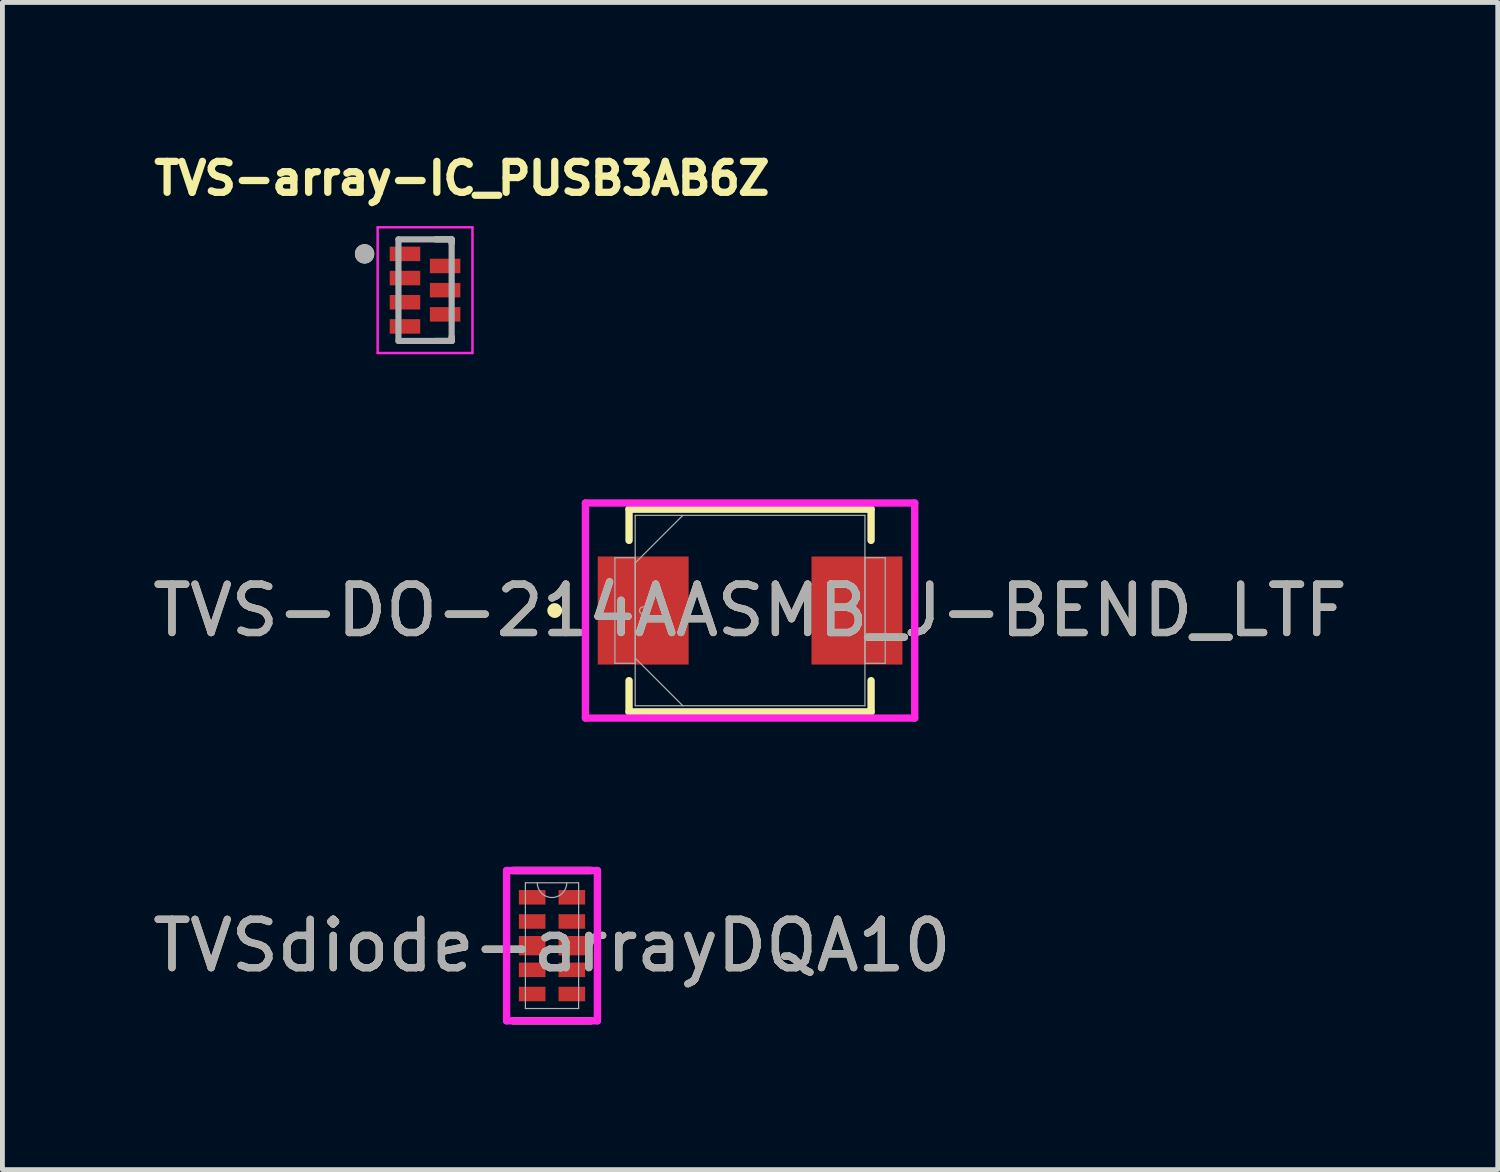
<source format=kicad_pcb>
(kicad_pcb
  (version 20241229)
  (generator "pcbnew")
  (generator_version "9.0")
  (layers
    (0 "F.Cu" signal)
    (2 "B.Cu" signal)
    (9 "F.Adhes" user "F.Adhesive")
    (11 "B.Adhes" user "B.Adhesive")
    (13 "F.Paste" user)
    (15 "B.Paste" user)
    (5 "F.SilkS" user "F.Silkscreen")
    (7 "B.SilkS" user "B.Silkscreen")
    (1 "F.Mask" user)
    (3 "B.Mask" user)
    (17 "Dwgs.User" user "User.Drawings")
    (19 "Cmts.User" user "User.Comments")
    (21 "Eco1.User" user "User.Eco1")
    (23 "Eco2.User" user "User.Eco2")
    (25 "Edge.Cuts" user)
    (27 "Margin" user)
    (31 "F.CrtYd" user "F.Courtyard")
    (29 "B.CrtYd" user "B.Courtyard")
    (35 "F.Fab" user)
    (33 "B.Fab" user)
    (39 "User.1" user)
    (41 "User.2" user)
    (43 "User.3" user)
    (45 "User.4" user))
  (footprint "TVS-array-IC_PUSB3AB6Z"
    (layer "F.Cu")
    (at 5.738 2.949)
    (property "Reference" "TVS-array-IC_PUSB3AB6Z" (at 0.762 -2.311 0) (layer "F.SilkS") (effects (font (size 0.64 0.64) (thickness 0.15))))
    (attr smd)
    (fp_poly (pts (xy -0.68 -0.85) (xy -0.15 -0.85) (xy -0.15 -0.65) (xy -0.68 -0.65)) (stroke (width 0.01) (type solid)) (fill yes) (layer "F.Mask"))
    (fp_poly (pts (xy -0.68 -0.35) (xy -0.15 -0.35) (xy -0.15 -0.15) (xy -0.68 -0.15)) (stroke (width 0.01) (type solid)) (fill yes) (layer "F.Mask"))
    (fp_poly (pts (xy -0.68 0.15) (xy -0.15 0.15) (xy -0.15 0.35) (xy -0.68 0.35)) (stroke (width 0.01) (type solid)) (fill yes) (layer "F.Mask"))
    (fp_poly (pts (xy -0.68 0.65) (xy -0.15 0.65) (xy -0.15 0.85) (xy -0.68 0.85)) (stroke (width 0.01) (type solid)) (fill yes) (layer "F.Mask"))
    (fp_poly (pts (xy 0.15 -0.6) (xy 0.68 -0.6) (xy 0.68 -0.4) (xy 0.15 -0.4)) (stroke (width 0.01) (type solid)) (fill yes) (layer "F.Mask"))
    (fp_poly (pts (xy 0.15 -0.1) (xy 0.68 -0.1) (xy 0.68 0.1) (xy 0.15 0.1)) (stroke (width 0.01) (type solid)) (fill yes) (layer "F.Mask"))
    (fp_poly (pts (xy 0.15 0.4) (xy 0.68 0.4) (xy 0.68 0.6) (xy 0.15 0.6)) (stroke (width 0.01) (type solid)) (fill yes) (layer "F.Mask"))
    (fp_line (start 0.213 -1.05) (end 0.55 -1.05) (stroke (width 0.127) (type solid)) (layer "F.SilkS"))
    (fp_line (start 0.55 -1.05) (end 0.55 -0.964) (stroke (width 0.127) (type solid)) (layer "F.SilkS"))
    (fp_line (start 0.55 0.964) (end 0.55 1.05) (stroke (width 0.127) (type solid)) (layer "F.SilkS"))
    (fp_line (start 0.55 1.05) (end 0.213 1.05) (stroke (width 0.127) (type solid)) (layer "F.SilkS"))
    (fp_circle (center -1.25 -0.75) (end -1.15 -0.75) (stroke (width 0.2) (type solid)) (fill no) (layer "F.SilkS"))
    (fp_poly (pts (xy -0.68 -0.85) (xy -0.15 -0.85) (xy -0.15 -0.65) (xy -0.68 -0.65)) (stroke (width 0.01) (type solid)) (fill yes) (layer "F.Paste"))
    (fp_poly (pts (xy -0.68 -0.35) (xy -0.15 -0.35) (xy -0.15 -0.15) (xy -0.68 -0.15)) (stroke (width 0.01) (type solid)) (fill yes) (layer "F.Paste"))
    (fp_poly (pts (xy -0.68 0.15) (xy -0.15 0.15) (xy -0.15 0.35) (xy -0.68 0.35)) (stroke (width 0.01) (type solid)) (fill yes) (layer "F.Paste"))
    (fp_poly (pts (xy -0.68 0.65) (xy -0.15 0.65) (xy -0.15 0.85) (xy -0.68 0.85)) (stroke (width 0.01) (type solid)) (fill yes) (layer "F.Paste"))
    (fp_poly (pts (xy 0.15 -0.6) (xy 0.68 -0.6) (xy 0.68 -0.4) (xy 0.15 -0.4)) (stroke (width 0.01) (type solid)) (fill yes) (layer "F.Paste"))
    (fp_poly (pts (xy 0.15 -0.1) (xy 0.68 -0.1) (xy 0.68 0.1) (xy 0.15 0.1)) (stroke (width 0.01) (type solid)) (fill yes) (layer "F.Paste"))
    (fp_poly (pts (xy 0.15 0.4) (xy 0.68 0.4) (xy 0.68 0.6) (xy 0.15 0.6)) (stroke (width 0.01) (type solid)) (fill yes) (layer "F.Paste"))
    (fp_line (start -0.98 -1.3) (end 0.98 -1.3) (stroke (width 0.05) (type solid)) (layer "F.CrtYd"))
    (fp_line (start -0.98 1.3) (end -0.98 -1.3) (stroke (width 0.05) (type solid)) (layer "F.CrtYd"))
    (fp_line (start 0.98 -1.3) (end 0.98 1.3) (stroke (width 0.05) (type solid)) (layer "F.CrtYd"))
    (fp_line (start 0.98 1.3) (end -0.98 1.3) (stroke (width 0.05) (type solid)) (layer "F.CrtYd"))
    (fp_line (start -0.55 -1.05) (end 0.55 -1.05) (stroke (width 0.127) (type solid)) (layer "F.Fab"))
    (fp_line (start -0.55 1.05) (end -0.55 -1.05) (stroke (width 0.127) (type solid)) (layer "F.Fab"))
    (fp_line (start 0.55 -1.05) (end 0.55 1.05) (stroke (width 0.127) (type solid)) (layer "F.Fab"))
    (fp_line (start 0.55 1.05) (end -0.55 1.05) (stroke (width 0.127) (type solid)) (layer "F.Fab"))
    (fp_circle (center -1.25 -0.75) (end -1.15 -0.75) (stroke (width 0.2) (type solid)) (fill no) (layer "F.Fab"))
    (pad "1" smd rect (at -0.415 -0.75) (size 0.63 0.3) (layers "F.Cu"))
    (pad "2" smd rect (at -0.415 -0.25) (size 0.63 0.3) (layers "F.Cu"))
    (pad "3" smd rect (at -0.415 0.25) (size 0.63 0.3) (layers "F.Cu"))
    (pad "4" smd rect (at -0.415 0.75) (size 0.63 0.3) (layers "F.Cu"))
    (pad "5" smd rect (at 0.415 0.5) (size 0.63 0.3) (layers "F.Cu"))
    (pad "6" smd rect (at 0.415 0) (size 0.63 0.3) (layers "F.Cu"))
    (pad "7" smd rect (at 0.415 -0.5) (size 0.63 0.3) (layers "F.Cu")))
  (footprint "TVS-DO-214AASMB_J-BEND_LTF"
    (layer "F.Cu")
    (at 12.458 9.573)
    (property "Reference" "TVS-DO-214AASMB_J-BEND_LTF" (at 0 0 0) (unlocked yes) (layer "F.SilkS") (effects (font (size 1 1) (thickness 0.15))))
    (attr smd)
    (fp_line (start -2.502 -2.095) (end -2.502 -1.45) (stroke (width 0.152) (type solid)) (layer "F.SilkS"))
    (fp_line (start -2.502 1.45) (end -2.502 2.095) (stroke (width 0.152) (type solid)) (layer "F.SilkS"))
    (fp_line (start -2.502 2.095) (end 2.502 2.095) (stroke (width 0.152) (type solid)) (layer "F.SilkS"))
    (fp_line (start 2.502 -2.095) (end -2.502 -2.095) (stroke (width 0.152) (type solid)) (layer "F.SilkS"))
    (fp_line (start 2.502 -1.45) (end 2.502 -2.095) (stroke (width 0.152) (type solid)) (layer "F.SilkS"))
    (fp_line (start 2.502 2.095) (end 2.502 1.45) (stroke (width 0.152) (type solid)) (layer "F.SilkS"))
    (fp_circle (center -4.039 0) (end -3.962 0) (stroke (width 0.152) (type solid)) (fill no) (layer "F.SilkS"))
    (fp_line (start -3.404 -2.223) (end 3.404 -2.223) (stroke (width 0.152) (type solid)) (layer "F.CrtYd"))
    (fp_line (start -3.404 2.223) (end -3.404 -2.223) (stroke (width 0.152) (type solid)) (layer "F.CrtYd"))
    (fp_line (start 3.404 -2.223) (end 3.404 2.223) (stroke (width 0.152) (type solid)) (layer "F.CrtYd"))
    (fp_line (start 3.404 2.223) (end -3.404 2.223) (stroke (width 0.152) (type solid)) (layer "F.CrtYd"))
    (fp_line (start -2.794 -1.092) (end -2.794 1.092) (stroke (width 0.025) (type solid)) (layer "F.Fab"))
    (fp_line (start -2.794 1.092) (end -2.375 1.092) (stroke (width 0.025) (type solid)) (layer "F.Fab"))
    (fp_line (start -2.375 -1.968) (end -2.375 1.968) (stroke (width 0.025) (type solid)) (layer "F.Fab"))
    (fp_line (start -2.375 -1.092) (end -2.794 -1.092) (stroke (width 0.025) (type solid)) (layer "F.Fab"))
    (fp_line (start -2.375 -0.984) (end -1.391 -1.968) (stroke (width 0.025) (type solid)) (layer "F.Fab"))
    (fp_line (start -2.375 0.984) (end -1.391 1.968) (stroke (width 0.025) (type solid)) (layer "F.Fab"))
    (fp_line (start -2.375 1.092) (end -2.375 -1.092) (stroke (width 0.025) (type solid)) (layer "F.Fab"))
    (fp_line (start -2.375 1.968) (end 2.375 1.968) (stroke (width 0.025) (type solid)) (layer "F.Fab"))
    (fp_line (start 2.375 -1.968) (end -2.375 -1.968) (stroke (width 0.025) (type solid)) (layer "F.Fab"))
    (fp_line (start 2.375 -1.092) (end 2.375 1.092) (stroke (width 0.025) (type solid)) (layer "F.Fab"))
    (fp_line (start 2.375 1.092) (end 2.794 1.092) (stroke (width 0.025) (type solid)) (layer "F.Fab"))
    (fp_line (start 2.375 1.968) (end 2.375 -1.968) (stroke (width 0.025) (type solid)) (layer "F.Fab"))
    (fp_line (start 2.794 -1.092) (end 2.375 -1.092) (stroke (width 0.025) (type solid)) (layer "F.Fab"))
    (fp_line (start 2.794 1.092) (end 2.794 -1.092) (stroke (width 0.025) (type solid)) (layer "F.Fab"))
    (fp_circle (center -2.21 0) (end -2.134 0) (stroke (width 0.025) (type solid)) (fill no) (layer "F.Fab"))
    (fp_text user "${REFERENCE}" (at 0 0 0) (unlocked yes) (layer "F.Fab") (effects (font (size 1 1) (thickness 0.15))))
    (pad "1" smd rect (at -2.21 0) (size 1.88 2.235) (layers "F.Cu" "F.Mask" "F.Paste"))
    (pad "2" smd rect (at 2.21 0) (size 1.88 2.235) (layers "F.Cu" "F.Mask" "F.Paste"))
    (zone (net_name "") (layer "F.Cu") (hatch full 0.508) (connect_pads) (min_thickness 0.254) (filled_areas_thickness no) (keepout (tracks not_allowed) (vias not_allowed) (pads allowed) (copperpour not_allowed) (footprints allowed)) (placement (enabled no)) (fill) (polygon (pts (xy 11.239 7.655) (xy 13.678 7.655) (xy 13.678 11.49) (xy 11.239 11.49)))))
  (footprint "TVSdiode-arrayDQA10"
    (layer "F.Cu")
    (at 8.363 16.502)
    (property "Reference" "TVSdiode-arrayDQA10" (at 0 0 0) (unlocked yes) (layer "F.SilkS") (effects (font (size 1 1) (thickness 0.15))))
    (attr smd)
    (fp_poly (pts (xy -0.735 -1.2) (xy -0.735 -0.8) (xy -0.085 -0.8) (xy -0.085 -1.2)) (stroke (width 0) (type solid)) (fill yes) (layer "F.Mask"))
    (fp_poly (pts (xy -0.735 -0.7) (xy -0.735 -0.3) (xy -0.085 -0.3) (xy -0.085 -0.7)) (stroke (width 0) (type solid)) (fill yes) (layer "F.Mask"))
    (fp_poly (pts (xy -0.735 -0.2) (xy -0.735 0.2) (xy -0.085 0.2) (xy -0.085 -0.2)) (stroke (width 0) (type solid)) (fill yes) (layer "F.Mask"))
    (fp_poly (pts (xy -0.735 0.3) (xy -0.735 0.7) (xy -0.085 0.7) (xy -0.085 0.3)) (stroke (width 0) (type solid)) (fill yes) (layer "F.Mask"))
    (fp_poly (pts (xy -0.735 0.8) (xy -0.735 1.2) (xy -0.085 1.2) (xy -0.085 0.8)) (stroke (width 0) (type solid)) (fill yes) (layer "F.Mask"))
    (fp_poly (pts (xy 0.085 -1.2) (xy 0.085 -0.8) (xy 0.735 -0.8) (xy 0.735 -1.2)) (stroke (width 0) (type solid)) (fill yes) (layer "F.Mask"))
    (fp_poly (pts (xy 0.085 -0.7) (xy 0.085 -0.3) (xy 0.735 -0.3) (xy 0.735 -0.7)) (stroke (width 0) (type solid)) (fill yes) (layer "F.Mask"))
    (fp_poly (pts (xy 0.085 -0.2) (xy 0.085 0.2) (xy 0.735 0.2) (xy 0.735 -0.2)) (stroke (width 0) (type solid)) (fill yes) (layer "F.Mask"))
    (fp_poly (pts (xy 0.085 0.3) (xy 0.085 0.7) (xy 0.735 0.7) (xy 0.735 0.3)) (stroke (width 0) (type solid)) (fill yes) (layer "F.Mask"))
    (fp_poly (pts (xy 0.085 0.8) (xy 0.085 1.2) (xy 0.735 1.2) (xy 0.735 0.8)) (stroke (width 0) (type solid)) (fill yes) (layer "F.Mask"))
    (fp_line (start -0.804 1.554) (end 0.804 1.554) (stroke (width 0.152) (type solid)) (layer "F.SilkS"))
    (fp_line (start 0.804 -1.554) (end -0.804 -1.554) (stroke (width 0.152) (type solid)) (layer "F.SilkS"))
    (fp_poly (pts (xy -0.685 -1.15) (xy -0.685 -0.85) (xy -0.135 -0.85) (xy -0.135 -1.15)) (stroke (width 0) (type solid)) (fill yes) (layer "F.Paste"))
    (fp_poly (pts (xy -0.685 -0.65) (xy -0.685 -0.35) (xy -0.135 -0.35) (xy -0.135 -0.65)) (stroke (width 0) (type solid)) (fill yes) (layer "F.Paste"))
    (fp_poly (pts (xy -0.685 -0.15) (xy -0.685 0.15) (xy -0.135 0.15) (xy -0.135 -0.15)) (stroke (width 0) (type solid)) (fill yes) (layer "F.Paste"))
    (fp_poly (pts (xy -0.685 0.35) (xy -0.685 0.65) (xy -0.135 0.65) (xy -0.135 0.35)) (stroke (width 0) (type solid)) (fill yes) (layer "F.Paste"))
    (fp_poly (pts (xy -0.685 0.85) (xy -0.685 1.15) (xy -0.135 1.15) (xy -0.135 0.85)) (stroke (width 0) (type solid)) (fill yes) (layer "F.Paste"))
    (fp_poly (pts (xy 0.135 -1.15) (xy 0.135 -0.85) (xy 0.685 -0.85) (xy 0.685 -1.15)) (stroke (width 0) (type solid)) (fill yes) (layer "F.Paste"))
    (fp_poly (pts (xy 0.135 -0.65) (xy 0.135 -0.35) (xy 0.685 -0.35) (xy 0.685 -0.65)) (stroke (width 0) (type solid)) (fill yes) (layer "F.Paste"))
    (fp_poly (pts (xy 0.135 -0.15) (xy 0.135 0.15) (xy 0.685 0.15) (xy 0.685 -0.15)) (stroke (width 0) (type solid)) (fill yes) (layer "F.Paste"))
    (fp_poly (pts (xy 0.135 0.35) (xy 0.135 0.65) (xy 0.685 0.65) (xy 0.685 0.35)) (stroke (width 0) (type solid)) (fill yes) (layer "F.Paste"))
    (fp_poly (pts (xy 0.135 0.85) (xy 0.135 1.15) (xy 0.685 1.15) (xy 0.685 0.85)) (stroke (width 0) (type solid)) (fill yes) (layer "F.Paste"))
    (fp_line (start -0.939 -1.554) (end 0.939 -1.554) (stroke (width 0.152) (type solid)) (layer "F.CrtYd"))
    (fp_line (start -0.939 1.554) (end -0.939 -1.554) (stroke (width 0.152) (type solid)) (layer "F.CrtYd"))
    (fp_line (start 0.939 -1.554) (end 0.939 1.554) (stroke (width 0.152) (type solid)) (layer "F.CrtYd"))
    (fp_line (start 0.939 1.554) (end -0.939 1.554) (stroke (width 0.152) (type solid)) (layer "F.CrtYd"))
    (fp_line (start -0.55 -1.3) (end -0.55 1.3) (stroke (width 0.025) (type solid)) (layer "F.Fab"))
    (fp_line (start -0.55 1.3) (end 0.55 1.3) (stroke (width 0.025) (type solid)) (layer "F.Fab"))
    (fp_line (start 0.55 -1.3) (end -0.55 -1.3) (stroke (width 0.025) (type solid)) (layer "F.Fab"))
    (fp_line (start 0.55 1.3) (end 0.55 -1.3) (stroke (width 0.025) (type solid)) (layer "F.Fab"))
    (fp_arc (start 0.3048 -1.3) (mid 0 -0.9952) (end -0.3048 -1.3) (stroke (width 0.0254) (type solid)) (layer "F.Fab"))
    (fp_text user "${REFERENCE}" (at 0 0 0) (unlocked yes) (layer "F.Fab") (effects (font (size 1 1) (thickness 0.15))))
    (pad "1" smd rect (at -0.41 -1) (size 0.55 0.3) (layers "F.Cu" "F.Mask"))
    (pad "2" smd rect (at -0.41 -0.5) (size 0.55 0.3) (layers "F.Cu" "F.Mask"))
    (pad "3" smd rect (at -0.41 0) (size 0.55 0.4) (layers "F.Cu" "F.Mask" "F.Paste"))
    (pad "4" smd rect (at -0.41 0.5) (size 0.55 0.3) (layers "F.Cu" "F.Mask"))
    (pad "5" smd rect (at -0.41 1) (size 0.55 0.3) (layers "F.Cu" "F.Mask"))
    (pad "6" smd rect (at 0.41 1) (size 0.55 0.3) (layers "F.Cu" "F.Mask"))
    (pad "7" smd rect (at 0.41 0.5) (size 0.55 0.3) (layers "F.Cu" "F.Mask"))
    (pad "8" smd rect (at 0.41 0) (size 0.55 0.4) (layers "F.Cu" "F.Mask" "F.Paste"))
    (pad "9" smd rect (at 0.41 -0.5) (size 0.55 0.3) (layers "F.Cu" "F.Mask"))
    (pad "10" smd rect (at 0.41 -1) (size 0.55 0.3) (layers "F.Cu" "F.Mask")))
  (gr_rect
    (start -3 -3)
    (end 27.917 21.132)
    (stroke (width 0.1) (type default))
    (fill no)
    (layer "Edge.Cuts")))
</source>
